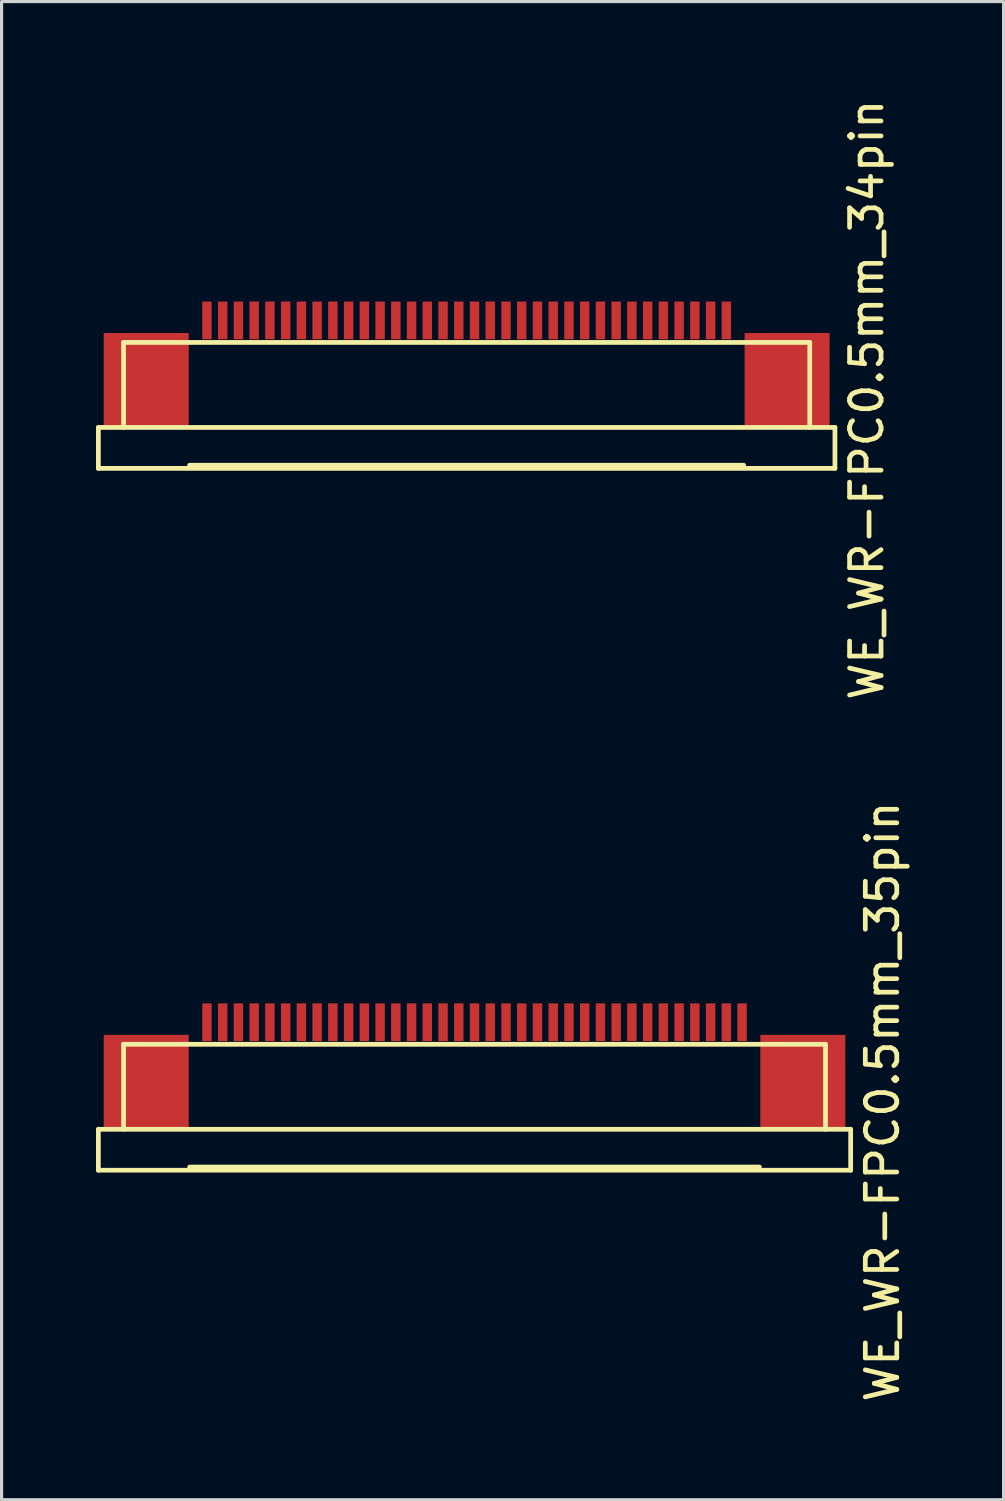
<source format=kicad_pcb>
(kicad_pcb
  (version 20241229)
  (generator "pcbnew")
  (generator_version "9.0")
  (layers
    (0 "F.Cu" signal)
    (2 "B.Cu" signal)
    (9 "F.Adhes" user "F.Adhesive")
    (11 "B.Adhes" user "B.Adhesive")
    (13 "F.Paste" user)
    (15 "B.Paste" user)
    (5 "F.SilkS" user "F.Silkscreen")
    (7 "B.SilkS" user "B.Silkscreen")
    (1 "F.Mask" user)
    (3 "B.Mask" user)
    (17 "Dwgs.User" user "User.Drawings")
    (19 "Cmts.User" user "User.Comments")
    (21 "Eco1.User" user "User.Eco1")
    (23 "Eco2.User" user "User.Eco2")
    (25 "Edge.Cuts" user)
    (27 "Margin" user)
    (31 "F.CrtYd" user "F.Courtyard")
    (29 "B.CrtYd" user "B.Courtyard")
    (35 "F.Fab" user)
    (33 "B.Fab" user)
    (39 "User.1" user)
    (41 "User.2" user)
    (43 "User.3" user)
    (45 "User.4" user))
  (footprint "WE_WR-FPC0.5mm_34pin"
    (layer "F.Cu")
    (at 11.775 7.129)
    (property "Reference" "WE_WR-FPC0.5mm_34pin" (at 12.71 2.52 90) (layer "F.SilkS") (effects (font (size 1 1) (thickness 0.15))))
    (attr through_hole)
    (fp_line (start -11.7 3.4) (end -11.7 4.7) (stroke (width 0.15) (type solid)) (layer "F.SilkS"))
    (fp_line (start -11.7 3.4) (end 11.7 3.4) (stroke (width 0.15) (type solid)) (layer "F.SilkS"))
    (fp_line (start -11.7 4.7) (end 11.7 4.7) (stroke (width 0.15) (type solid)) (layer "F.SilkS"))
    (fp_line (start -10.9 0.7) (end 10.9 0.7) (stroke (width 0.15) (type solid)) (layer "F.SilkS"))
    (fp_line (start -10.9 3.4) (end -10.9 0.7) (stroke (width 0.15) (type solid)) (layer "F.SilkS"))
    (fp_line (start -8.8 4.6) (end 8.8 4.6) (stroke (width 0.15) (type solid)) (layer "F.SilkS"))
    (fp_line (start 10.9 0.7) (end 10.9 3.4) (stroke (width 0.15) (type solid)) (layer "F.SilkS"))
    (fp_line (start 11.7 3.4) (end 11.7 4.7) (stroke (width 0.15) (type solid)) (layer "F.SilkS"))
    (pad "" smd rect (at -10.18 1.9) (size 2.7 3) (layers "F.Cu" "F.Mask" "F.Paste"))
    (pad "" smd rect (at 10.18 1.9) (size 2.7 3) (layers "F.Cu" "F.Mask" "F.Paste"))
    (pad "1" smd rect (at -8.25 0) (size 0.3 1.2) (layers "F.Cu" "F.Mask" "F.Paste"))
    (pad "2" smd rect (at -7.75 0) (size 0.3 1.2) (layers "F.Cu" "F.Mask" "F.Paste"))
    (pad "3" smd rect (at -7.25 0) (size 0.3 1.2) (layers "F.Cu" "F.Mask" "F.Paste"))
    (pad "4" smd rect (at -6.75 0) (size 0.3 1.2) (layers "F.Cu" "F.Mask" "F.Paste"))
    (pad "5" smd rect (at -6.25 0) (size 0.3 1.2) (layers "F.Cu" "F.Mask" "F.Paste"))
    (pad "6" smd rect (at -5.75 0) (size 0.3 1.2) (layers "F.Cu" "F.Mask" "F.Paste"))
    (pad "7" smd rect (at -5.25 0) (size 0.3 1.2) (layers "F.Cu" "F.Mask" "F.Paste"))
    (pad "8" smd rect (at -4.75 0) (size 0.3 1.2) (layers "F.Cu" "F.Mask" "F.Paste"))
    (pad "9" smd rect (at -4.25 0) (size 0.3 1.2) (layers "F.Cu" "F.Mask" "F.Paste"))
    (pad "10" smd rect (at -3.75 0) (size 0.3 1.2) (layers "F.Cu" "F.Mask" "F.Paste"))
    (pad "11" smd rect (at -3.25 0) (size 0.3 1.2) (layers "F.Cu" "F.Mask" "F.Paste"))
    (pad "12" smd rect (at -2.75 0) (size 0.3 1.2) (layers "F.Cu" "F.Mask" "F.Paste"))
    (pad "13" smd rect (at -2.25 0) (size 0.3 1.2) (layers "F.Cu" "F.Mask" "F.Paste"))
    (pad "14" smd rect (at -1.75 0) (size 0.3 1.2) (layers "F.Cu" "F.Mask" "F.Paste"))
    (pad "15" smd rect (at -1.25 0) (size 0.3 1.2) (layers "F.Cu" "F.Mask" "F.Paste"))
    (pad "16" smd rect (at -0.75 0) (size 0.3 1.2) (layers "F.Cu" "F.Mask" "F.Paste"))
    (pad "17" smd rect (at -0.25 0) (size 0.3 1.2) (layers "F.Cu" "F.Mask" "F.Paste"))
    (pad "18" smd rect (at 0.25 0) (size 0.3 1.2) (layers "F.Cu" "F.Mask" "F.Paste"))
    (pad "19" smd rect (at 0.75 0) (size 0.3 1.2) (layers "F.Cu" "F.Mask" "F.Paste"))
    (pad "20" smd rect (at 1.25 0) (size 0.3 1.2) (layers "F.Cu" "F.Mask" "F.Paste"))
    (pad "21" smd rect (at 1.75 0) (size 0.3 1.2) (layers "F.Cu" "F.Mask" "F.Paste"))
    (pad "22" smd rect (at 2.25 0) (size 0.3 1.2) (layers "F.Cu" "F.Mask" "F.Paste"))
    (pad "23" smd rect (at 2.75 0) (size 0.3 1.2) (layers "F.Cu" "F.Mask" "F.Paste"))
    (pad "24" smd rect (at 3.25 0) (size 0.3 1.2) (layers "F.Cu" "F.Mask" "F.Paste"))
    (pad "25" smd rect (at 3.75 0) (size 0.3 1.2) (layers "F.Cu" "F.Mask" "F.Paste"))
    (pad "26" smd rect (at 4.25 0) (size 0.3 1.2) (layers "F.Cu" "F.Mask" "F.Paste"))
    (pad "27" smd rect (at 4.75 0) (size 0.3 1.2) (layers "F.Cu" "F.Mask" "F.Paste"))
    (pad "28" smd rect (at 5.25 0) (size 0.3 1.2) (layers "F.Cu" "F.Mask" "F.Paste"))
    (pad "29" smd rect (at 5.75 0) (size 0.3 1.2) (layers "F.Cu" "F.Mask" "F.Paste"))
    (pad "30" smd rect (at 6.25 0) (size 0.3 1.2) (layers "F.Cu" "F.Mask" "F.Paste"))
    (pad "31" smd rect (at 6.75 0) (size 0.3 1.2) (layers "F.Cu" "F.Mask" "F.Paste"))
    (pad "32" smd rect (at 7.25 0) (size 0.3 1.2) (layers "F.Cu" "F.Mask" "F.Paste"))
    (pad "33" smd rect (at 7.75 0) (size 0.3 1.2) (layers "F.Cu" "F.Mask" "F.Paste"))
    (pad "34" smd rect (at 8.25 0) (size 0.3 1.2) (layers "F.Cu" "F.Mask" "F.Paste")))
  (footprint "WE_WR-FPC0.5mm_35pin"
    (layer "F.Cu")
    (at 12.025 29.426)
    (property "Reference" "WE_WR-FPC0.5mm_35pin" (at 12.96 2.52 90) (layer "F.SilkS") (effects (font (size 1 1) (thickness 0.15))))
    (attr through_hole)
    (fp_line (start -11.95 3.4) (end -11.95 4.7) (stroke (width 0.15) (type solid)) (layer "F.SilkS"))
    (fp_line (start -11.95 3.4) (end 11.95 3.4) (stroke (width 0.15) (type solid)) (layer "F.SilkS"))
    (fp_line (start -11.95 4.7) (end 11.95 4.7) (stroke (width 0.15) (type solid)) (layer "F.SilkS"))
    (fp_line (start -11.15 0.7) (end 11.15 0.7) (stroke (width 0.15) (type solid)) (layer "F.SilkS"))
    (fp_line (start -11.15 3.4) (end -11.15 0.7) (stroke (width 0.15) (type solid)) (layer "F.SilkS"))
    (fp_line (start -9.05 4.6) (end 9.05 4.6) (stroke (width 0.15) (type solid)) (layer "F.SilkS"))
    (fp_line (start 11.15 0.7) (end 11.15 3.4) (stroke (width 0.15) (type solid)) (layer "F.SilkS"))
    (fp_line (start 11.95 3.4) (end 11.95 4.7) (stroke (width 0.15) (type solid)) (layer "F.SilkS"))
    (pad "" smd rect (at -10.43 1.9) (size 2.7 3) (layers "F.Cu" "F.Mask" "F.Paste"))
    (pad "" smd rect (at 10.43 1.9) (size 2.7 3) (layers "F.Cu" "F.Mask" "F.Paste"))
    (pad "1" smd rect (at -8.5 0) (size 0.3 1.2) (layers "F.Cu" "F.Mask" "F.Paste"))
    (pad "2" smd rect (at -8 0) (size 0.3 1.2) (layers "F.Cu" "F.Mask" "F.Paste"))
    (pad "3" smd rect (at -7.5 0) (size 0.3 1.2) (layers "F.Cu" "F.Mask" "F.Paste"))
    (pad "4" smd rect (at -7 0) (size 0.3 1.2) (layers "F.Cu" "F.Mask" "F.Paste"))
    (pad "5" smd rect (at -6.5 0) (size 0.3 1.2) (layers "F.Cu" "F.Mask" "F.Paste"))
    (pad "6" smd rect (at -6 0) (size 0.3 1.2) (layers "F.Cu" "F.Mask" "F.Paste"))
    (pad "7" smd rect (at -5.5 0) (size 0.3 1.2) (layers "F.Cu" "F.Mask" "F.Paste"))
    (pad "8" smd rect (at -5 0) (size 0.3 1.2) (layers "F.Cu" "F.Mask" "F.Paste"))
    (pad "9" smd rect (at -4.5 0) (size 0.3 1.2) (layers "F.Cu" "F.Mask" "F.Paste"))
    (pad "10" smd rect (at -4 0) (size 0.3 1.2) (layers "F.Cu" "F.Mask" "F.Paste"))
    (pad "11" smd rect (at -3.5 0) (size 0.3 1.2) (layers "F.Cu" "F.Mask" "F.Paste"))
    (pad "12" smd rect (at -3 0) (size 0.3 1.2) (layers "F.Cu" "F.Mask" "F.Paste"))
    (pad "13" smd rect (at -2.5 0) (size 0.3 1.2) (layers "F.Cu" "F.Mask" "F.Paste"))
    (pad "14" smd rect (at -2 0) (size 0.3 1.2) (layers "F.Cu" "F.Mask" "F.Paste"))
    (pad "15" smd rect (at -1.5 0) (size 0.3 1.2) (layers "F.Cu" "F.Mask" "F.Paste"))
    (pad "16" smd rect (at -1 0) (size 0.3 1.2) (layers "F.Cu" "F.Mask" "F.Paste"))
    (pad "17" smd rect (at -0.5 0) (size 0.3 1.2) (layers "F.Cu" "F.Mask" "F.Paste"))
    (pad "18" smd rect (at 0 0) (size 0.3 1.2) (layers "F.Cu" "F.Mask" "F.Paste"))
    (pad "19" smd rect (at 0.5 0) (size 0.3 1.2) (layers "F.Cu" "F.Mask" "F.Paste"))
    (pad "20" smd rect (at 1 0) (size 0.3 1.2) (layers "F.Cu" "F.Mask" "F.Paste"))
    (pad "21" smd rect (at 1.5 0) (size 0.3 1.2) (layers "F.Cu" "F.Mask" "F.Paste"))
    (pad "22" smd rect (at 2 0) (size 0.3 1.2) (layers "F.Cu" "F.Mask" "F.Paste"))
    (pad "23" smd rect (at 2.5 0) (size 0.3 1.2) (layers "F.Cu" "F.Mask" "F.Paste"))
    (pad "24" smd rect (at 3 0) (size 0.3 1.2) (layers "F.Cu" "F.Mask" "F.Paste"))
    (pad "25" smd rect (at 3.5 0) (size 0.3 1.2) (layers "F.Cu" "F.Mask" "F.Paste"))
    (pad "26" smd rect (at 4 0) (size 0.3 1.2) (layers "F.Cu" "F.Mask" "F.Paste"))
    (pad "27" smd rect (at 4.5 0) (size 0.3 1.2) (layers "F.Cu" "F.Mask" "F.Paste"))
    (pad "28" smd rect (at 5 0) (size 0.3 1.2) (layers "F.Cu" "F.Mask" "F.Paste"))
    (pad "29" smd rect (at 5.5 0) (size 0.3 1.2) (layers "F.Cu" "F.Mask" "F.Paste"))
    (pad "30" smd rect (at 6 0) (size 0.3 1.2) (layers "F.Cu" "F.Mask" "F.Paste"))
    (pad "31" smd rect (at 6.5 0) (size 0.3 1.2) (layers "F.Cu" "F.Mask" "F.Paste"))
    (pad "32" smd rect (at 7 0) (size 0.3 1.2) (layers "F.Cu" "F.Mask" "F.Paste"))
    (pad "33" smd rect (at 7.5 0) (size 0.3 1.2) (layers "F.Cu" "F.Mask" "F.Paste"))
    (pad "34" smd rect (at 8 0) (size 0.3 1.2) (layers "F.Cu" "F.Mask" "F.Paste"))
    (pad "35" smd rect (at 8.5 0) (size 0.3 1.2) (layers "F.Cu" "F.Mask" "F.Paste")))
  (gr_rect
    (start -3 -3)
    (end 28.833 44.595)
    (stroke (width 0.1) (type default))
    (fill no)
    (layer "Edge.Cuts")))
</source>
